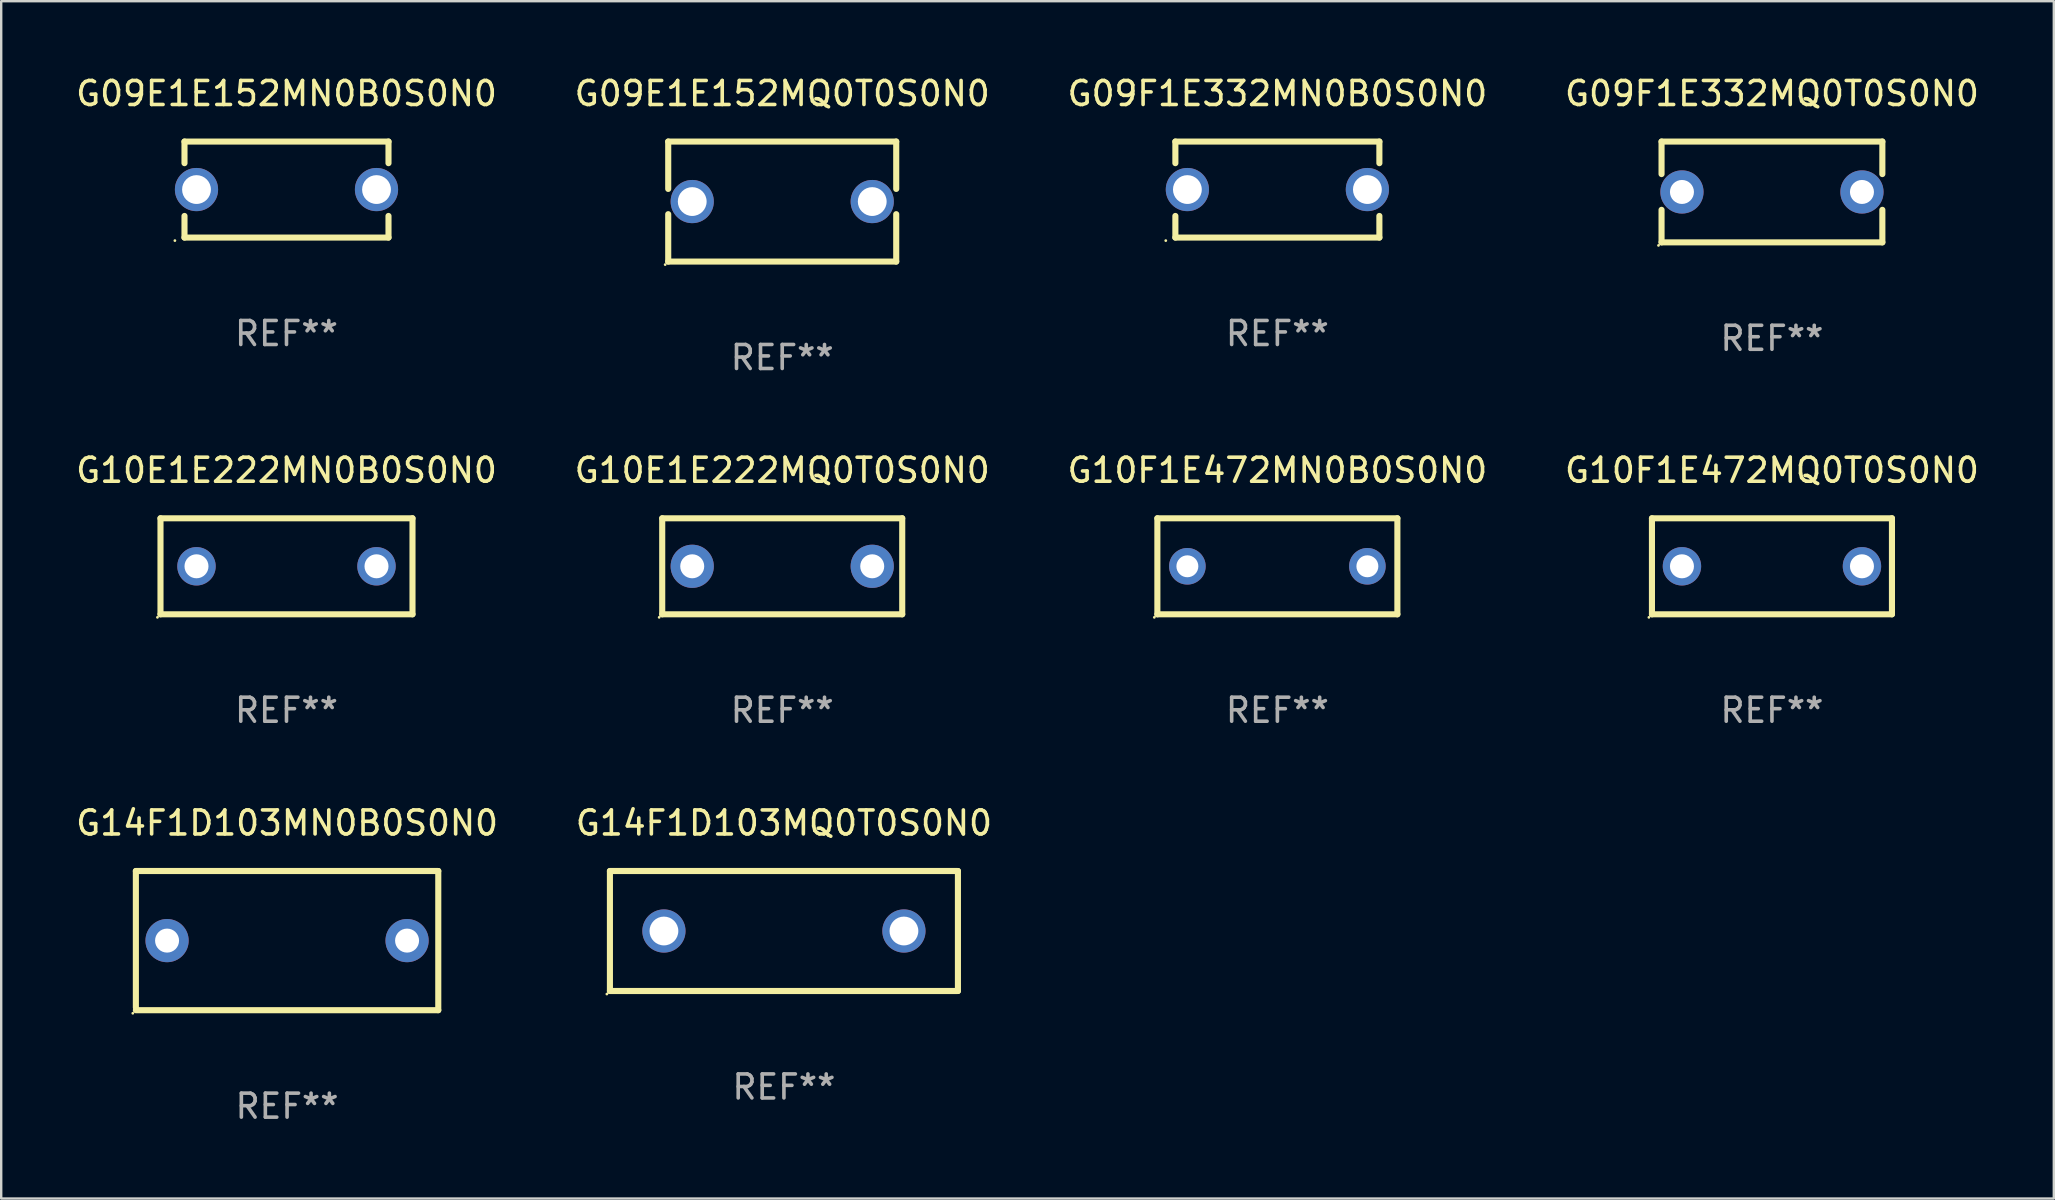
<source format=kicad_pcb>
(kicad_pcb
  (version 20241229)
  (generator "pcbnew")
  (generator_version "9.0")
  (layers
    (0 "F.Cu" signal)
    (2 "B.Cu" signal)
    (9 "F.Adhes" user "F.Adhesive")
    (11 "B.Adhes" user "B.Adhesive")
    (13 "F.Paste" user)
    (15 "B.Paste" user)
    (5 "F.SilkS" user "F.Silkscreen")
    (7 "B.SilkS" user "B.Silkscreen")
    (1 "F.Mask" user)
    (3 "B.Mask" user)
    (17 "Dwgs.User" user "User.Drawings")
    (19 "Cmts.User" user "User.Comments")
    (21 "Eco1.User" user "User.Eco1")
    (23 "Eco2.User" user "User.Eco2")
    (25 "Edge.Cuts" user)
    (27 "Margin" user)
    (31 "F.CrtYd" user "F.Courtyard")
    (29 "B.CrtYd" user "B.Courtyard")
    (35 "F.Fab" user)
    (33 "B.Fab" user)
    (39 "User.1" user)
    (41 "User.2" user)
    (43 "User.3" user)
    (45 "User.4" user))
  (footprint "G09E1E152MQ0T0S0N0"
    (layer "F.Cu")
    (at 29.542 5.348)
    (property "Reference" "G09E1E152MQ0T0S0N0" (at 0 -4.5 0) (layer "F.SilkS") (effects (font (size 1 1) (thickness 0.15))))
    (attr through_hole)
    (fp_line (start -4.75 -2.5) (end -4.75 -0.526) (stroke (width 0.254) (type solid)) (layer "F.SilkS"))
    (fp_line (start -4.75 -2.5) (end 4.75 -2.5) (stroke (width 0.254) (type solid)) (layer "F.SilkS"))
    (fp_line (start -4.75 0.526) (end -4.75 2.5) (stroke (width 0.254) (type solid)) (layer "F.SilkS"))
    (fp_line (start 4.75 2.5) (end -4.75 2.5) (stroke (width 0.254) (type solid)) (layer "F.SilkS"))
    (fp_line (start 4.75 -2.5) (end 4.75 -0.526) (stroke (width 0.254) (type solid)) (layer "F.SilkS"))
    (fp_line (start 4.75 0.526) (end 4.75 2.5) (stroke (width 0.254) (type solid)) (layer "F.SilkS"))
    (fp_circle (center -4.877 2.627) (end -4.847 2.627) (stroke (width 0.06) (type solid)) (fill no) (layer "F.SilkS"))
    (fp_text user "REF**" (at 0 6.5 0) (layer "F.Fab") (effects (font (size 1 1) (thickness 0.15))))
    (pad "1" thru_hole circle (at -3.75 0) (size 1.8 1.8) (drill 1.2) (layers "*.Cu" "*.Mask"))
    (pad "2" thru_hole circle (at 3.75 0) (size 1.8 1.8) (drill 1.2) (layers "*.Cu" "*.Mask")))
  (footprint "G10E1E222MN0B0S0N0"
    (layer "F.Cu")
    (at 8.887 20.545)
    (property "Reference" "G10E1E222MN0B0S0N0" (at 0 -4 0) (layer "F.SilkS") (effects (font (size 1 1) (thickness 0.15))))
    (attr through_hole)
    (fp_line (start -5.25 -2) (end 5.25 -2) (stroke (width 0.254) (type solid)) (layer "F.SilkS"))
    (fp_line (start -5.25 2) (end -5.25 -2) (stroke (width 0.254) (type solid)) (layer "F.SilkS"))
    (fp_line (start 5.25 -2) (end 5.25 2) (stroke (width 0.254) (type solid)) (layer "F.SilkS"))
    (fp_line (start 5.25 2) (end -5.25 2) (stroke (width 0.254) (type solid)) (layer "F.SilkS"))
    (fp_circle (center -5.377 2.127) (end -5.347 2.127) (stroke (width 0.06) (type solid)) (fill no) (layer "F.SilkS"))
    (fp_text user "REF**" (at 0 6 0) (layer "F.Fab") (effects (font (size 1 1) (thickness 0.15))))
    (pad "1" thru_hole circle (at -3.75 0) (size 1.6 1.6) (drill 1) (layers "*.Cu" "*.Mask"))
    (pad "2" thru_hole circle (at 3.75 0) (size 1.6 1.6) (drill 1) (layers "*.Cu" "*.Mask")))
  (footprint "G14F1D103MN0B0S0N0"
    (layer "F.Cu")
    (at 8.911 36.141)
    (property "Reference" "G14F1D103MN0B0S0N0" (at 0 -4.9 0) (layer "F.SilkS") (effects (font (size 1 1) (thickness 0.15))))
    (attr through_hole)
    (fp_line (start -6.3 -2.9) (end -6.3 2.794) (stroke (width 0.254) (type solid)) (layer "F.SilkS"))
    (fp_line (start -6.3 -2.9) (end 6.3 -2.9) (stroke (width 0.254) (type solid)) (layer "F.SilkS"))
    (fp_line (start -6.3 2.9) (end 6.3 2.9) (stroke (width 0.254) (type solid)) (layer "F.SilkS"))
    (fp_line (start 6.3 -2.9) (end 6.3 2.9) (stroke (width 0.254) (type solid)) (layer "F.SilkS"))
    (fp_circle (center -6.427 3.027) (end -6.397 3.027) (stroke (width 0.06) (type solid)) (fill no) (layer "F.SilkS"))
    (fp_text user "REF**" (at 0 6.9 0) (layer "F.Fab") (effects (font (size 1 1) (thickness 0.15))))
    (pad "1" thru_hole circle (at -5 0) (size 1.8 1.8) (drill 1) (layers "*.Cu" "*.Mask"))
    (pad "2" thru_hole circle (at 5 0) (size 1.8 1.8) (drill 1) (layers "*.Cu" "*.Mask")))
  (footprint "G09E1E152MN0B0S0N0"
    (layer "F.Cu")
    (at 8.887 4.848)
    (property "Reference" "G09E1E152MN0B0S0N0" (at 0 -4 0) (layer "F.SilkS") (effects (font (size 1 1) (thickness 0.15))))
    (attr through_hole)
    (fp_line (start -4.25 -2) (end -4.25 -1.1) (stroke (width 0.254) (type solid)) (layer "F.SilkS"))
    (fp_line (start -4.25 -2) (end 4.25 -2) (stroke (width 0.254) (type solid)) (layer "F.SilkS"))
    (fp_line (start -4.25 1.1) (end -4.25 2) (stroke (width 0.254) (type solid)) (layer "F.SilkS"))
    (fp_line (start 4.25 -2) (end 4.25 -1.1) (stroke (width 0.254) (type solid)) (layer "F.SilkS"))
    (fp_line (start 4.25 1.1) (end 4.25 2) (stroke (width 0.254) (type solid)) (layer "F.SilkS"))
    (fp_line (start 4.25 2) (end -4.25 2) (stroke (width 0.254) (type solid)) (layer "F.SilkS"))
    (fp_circle (center -4.65 2.127) (end -4.62 2.127) (stroke (width 0.06) (type solid)) (fill no) (layer "F.SilkS"))
    (fp_text user "REF**" (at 0 6 0) (layer "F.Fab") (effects (font (size 1 1) (thickness 0.15))))
    (pad "1" thru_hole circle (at -3.75 0) (size 1.8 1.8) (drill 1.2) (layers "*.Cu" "*.Mask"))
    (pad "2" thru_hole circle (at 3.75 0) (size 1.8 1.8) (drill 1.2) (layers "*.Cu" "*.Mask")))
  (footprint "G10E1E222MQ0T0S0N0"
    (layer "F.Cu")
    (at 29.542 20.545)
    (property "Reference" "G10E1E222MQ0T0S0N0" (at 0 -4 0) (layer "F.SilkS") (effects (font (size 1 1) (thickness 0.15))))
    (attr through_hole)
    (fp_line (start -5 -2) (end 5 -2) (stroke (width 0.254) (type solid)) (layer "F.SilkS"))
    (fp_line (start -5 2) (end -5 -2) (stroke (width 0.254) (type solid)) (layer "F.SilkS"))
    (fp_line (start 5 -2) (end 5 2) (stroke (width 0.254) (type solid)) (layer "F.SilkS"))
    (fp_line (start 5 2) (end -5 2) (stroke (width 0.254) (type solid)) (layer "F.SilkS"))
    (fp_circle (center -5.127 2.127) (end -5.097 2.127) (stroke (width 0.06) (type solid)) (fill no) (layer "F.SilkS"))
    (fp_text user "REF**" (at 0 6 0) (layer "F.Fab") (effects (font (size 1 1) (thickness 0.15))))
    (pad "1" thru_hole circle (at -3.75 0) (size 1.8 1.8) (drill 1) (layers "*.Cu" "*.Mask"))
    (pad "2" thru_hole circle (at 3.75 0) (size 1.8 1.8) (drill 1) (layers "*.Cu" "*.Mask")))
  (footprint "G10F1E472MN0B0S0N0"
    (layer "F.Cu")
    (at 50.173 20.545)
    (property "Reference" "G10F1E472MN0B0S0N0" (at 0 -4 0) (layer "F.SilkS") (effects (font (size 1 1) (thickness 0.15))))
    (attr through_hole)
    (fp_line (start -5 -2) (end 5 -2) (stroke (width 0.254) (type solid)) (layer "F.SilkS"))
    (fp_line (start -5 2) (end -5 -2) (stroke (width 0.254) (type solid)) (layer "F.SilkS"))
    (fp_line (start 5 -2) (end 5 2) (stroke (width 0.254) (type solid)) (layer "F.SilkS"))
    (fp_line (start 5 2) (end -5 2) (stroke (width 0.254) (type solid)) (layer "F.SilkS"))
    (fp_circle (center -5.127 2.127) (end -5.097 2.127) (stroke (width 0.06) (type solid)) (fill no) (layer "F.SilkS"))
    (fp_text user "REF**" (at 0 6 0) (layer "F.Fab") (effects (font (size 1 1) (thickness 0.15))))
    (pad "1" thru_hole circle (at -3.75 0) (size 1.524 1.524) (drill 0.914) (layers "*.Cu" "*.Mask"))
    (pad "2" thru_hole circle (at 3.75 0) (size 1.524 1.524) (drill 0.914) (layers "*.Cu" "*.Mask")))
  (footprint "G10F1E472MQ0T0S0N0"
    (layer "F.Cu")
    (at 70.78 20.545)
    (property "Reference" "G10F1E472MQ0T0S0N0" (at 0 -4 0) (layer "F.SilkS") (effects (font (size 1 1) (thickness 0.15))))
    (attr through_hole)
    (fp_line (start -5 -2) (end 5 -2) (stroke (width 0.254) (type solid)) (layer "F.SilkS"))
    (fp_line (start -5 2) (end -5 -2) (stroke (width 0.254) (type solid)) (layer "F.SilkS"))
    (fp_line (start 5 -2) (end 5 2) (stroke (width 0.254) (type solid)) (layer "F.SilkS"))
    (fp_line (start 5 2) (end -5 2) (stroke (width 0.254) (type solid)) (layer "F.SilkS"))
    (fp_circle (center -5.127 2.127) (end -5.097 2.127) (stroke (width 0.06) (type solid)) (fill no) (layer "F.SilkS"))
    (fp_text user "REF**" (at 0 6 0) (layer "F.Fab") (effects (font (size 1 1) (thickness 0.15))))
    (pad "1" thru_hole circle (at -3.75 0) (size 1.6 1.6) (drill 1) (layers "*.Cu" "*.Mask"))
    (pad "2" thru_hole circle (at 3.75 0) (size 1.6 1.6) (drill 1) (layers "*.Cu" "*.Mask")))
  (footprint "G14F1D103MQ0T0S0N0"
    (layer "F.Cu")
    (at 29.613 35.741)
    (property "Reference" "G14F1D103MQ0T0S0N0" (at 0 -4.5 0) (layer "F.SilkS") (effects (font (size 1 1) (thickness 0.15))))
    (attr through_hole)
    (fp_line (start -7.25 -2.5) (end -7.25 2.5) (stroke (width 0.254) (type solid)) (layer "F.SilkS"))
    (fp_line (start -7.25 -2.5) (end 7.25 -2.5) (stroke (width 0.254) (type solid)) (layer "F.SilkS"))
    (fp_line (start 7.25 2.5) (end -7.25 2.5) (stroke (width 0.254) (type solid)) (layer "F.SilkS"))
    (fp_line (start 7.25 -2.5) (end 7.25 2.5) (stroke (width 0.254) (type solid)) (layer "F.SilkS"))
    (fp_circle (center -7.377 2.627) (end -7.347 2.627) (stroke (width 0.06) (type solid)) (fill no) (layer "F.SilkS"))
    (fp_text user "REF**" (at 0 6.5 0) (layer "F.Fab") (effects (font (size 1 1) (thickness 0.15))))
    (pad "1" thru_hole circle (at -5 0) (size 1.8 1.8) (drill 1.2) (layers "*.Cu" "*.Mask"))
    (pad "2" thru_hole circle (at 5 0) (size 1.8 1.8) (drill 1.2) (layers "*.Cu" "*.Mask")))
  (footprint "G09F1E332MQ0T0S0N0"
    (layer "F.Cu")
    (at 70.78 4.948)
    (property "Reference" "G09F1E332MQ0T0S0N0" (at 0 -4.1 0) (layer "F.SilkS") (effects (font (size 1 1) (thickness 0.15))))
    (attr through_hole)
    (fp_line (start -4.6 -2.1) (end -4.6 -0.745) (stroke (width 0.254) (type solid)) (layer "F.SilkS"))
    (fp_line (start -4.6 -2.1) (end 4.6 -2.1) (stroke (width 0.254) (type solid)) (layer "F.SilkS"))
    (fp_line (start -4.6 0.745) (end -4.6 2.1) (stroke (width 0.254) (type solid)) (layer "F.SilkS"))
    (fp_line (start -4.6 2.1) (end 4.6 2.1) (stroke (width 0.254) (type solid)) (layer "F.SilkS"))
    (fp_line (start 4.6 -2.1) (end 4.6 -0.745) (stroke (width 0.254) (type solid)) (layer "F.SilkS"))
    (fp_line (start 4.6 0.745) (end 4.6 2.1) (stroke (width 0.254) (type solid)) (layer "F.SilkS"))
    (fp_circle (center -4.727 2.227) (end -4.697 2.227) (stroke (width 0.06) (type solid)) (fill no) (layer "F.SilkS"))
    (fp_text user "REF**" (at 0 6.1 0) (layer "F.Fab") (effects (font (size 1 1) (thickness 0.15))))
    (pad "1" thru_hole circle (at -3.75 0) (size 1.8 1.8) (drill 1) (layers "*.Cu" "*.Mask"))
    (pad "2" thru_hole circle (at 3.75 0) (size 1.8 1.8) (drill 1) (layers "*.Cu" "*.Mask")))
  (footprint "G09F1E332MN0B0S0N0"
    (layer "F.Cu")
    (at 50.173 4.848)
    (property "Reference" "G09F1E332MN0B0S0N0" (at 0 -4 0) (layer "F.SilkS") (effects (font (size 1 1) (thickness 0.15))))
    (attr through_hole)
    (fp_line (start -4.25 -2) (end -4.25 -1.1) (stroke (width 0.254) (type solid)) (layer "F.SilkS"))
    (fp_line (start -4.25 -2) (end 4.25 -2) (stroke (width 0.254) (type solid)) (layer "F.SilkS"))
    (fp_line (start -4.25 1.1) (end -4.25 2) (stroke (width 0.254) (type solid)) (layer "F.SilkS"))
    (fp_line (start 4.25 -2) (end 4.25 -1.1) (stroke (width 0.254) (type solid)) (layer "F.SilkS"))
    (fp_line (start 4.25 1.1) (end 4.25 2) (stroke (width 0.254) (type solid)) (layer "F.SilkS"))
    (fp_line (start 4.25 2) (end -4.25 2) (stroke (width 0.254) (type solid)) (layer "F.SilkS"))
    (fp_circle (center -4.65 2.127) (end -4.62 2.127) (stroke (width 0.06) (type solid)) (fill no) (layer "F.SilkS"))
    (fp_text user "REF**" (at 0 6 0) (layer "F.Fab") (effects (font (size 1 1) (thickness 0.15))))
    (pad "1" thru_hole circle (at -3.75 0) (size 1.8 1.8) (drill 1.2) (layers "*.Cu" "*.Mask"))
    (pad "2" thru_hole circle (at 3.75 0) (size 1.8 1.8) (drill 1.2) (layers "*.Cu" "*.Mask")))
  (gr_rect
    (start -3 -3)
    (end 82.524 46.889)
    (stroke (width 0.1) (type default))
    (fill no)
    (layer "Edge.Cuts")))
</source>
